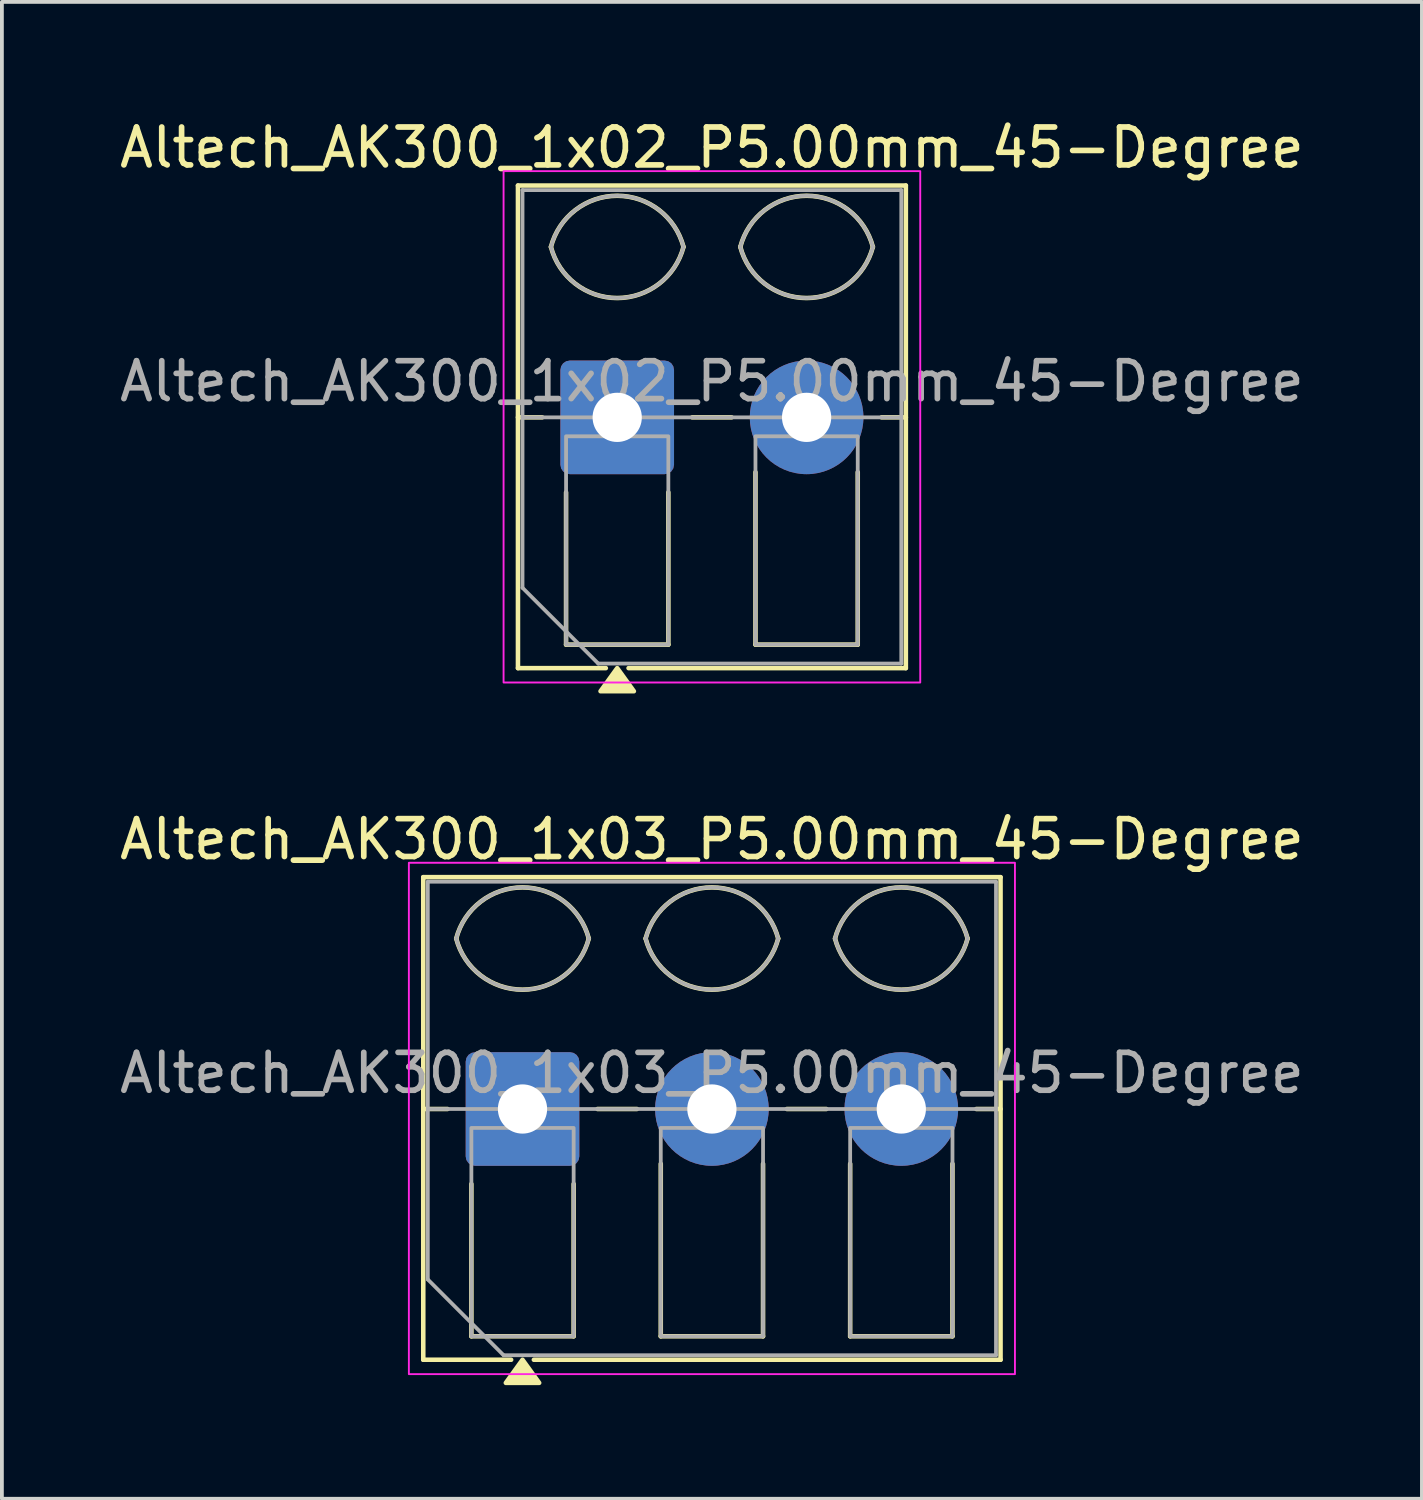
<source format=kicad_pcb>
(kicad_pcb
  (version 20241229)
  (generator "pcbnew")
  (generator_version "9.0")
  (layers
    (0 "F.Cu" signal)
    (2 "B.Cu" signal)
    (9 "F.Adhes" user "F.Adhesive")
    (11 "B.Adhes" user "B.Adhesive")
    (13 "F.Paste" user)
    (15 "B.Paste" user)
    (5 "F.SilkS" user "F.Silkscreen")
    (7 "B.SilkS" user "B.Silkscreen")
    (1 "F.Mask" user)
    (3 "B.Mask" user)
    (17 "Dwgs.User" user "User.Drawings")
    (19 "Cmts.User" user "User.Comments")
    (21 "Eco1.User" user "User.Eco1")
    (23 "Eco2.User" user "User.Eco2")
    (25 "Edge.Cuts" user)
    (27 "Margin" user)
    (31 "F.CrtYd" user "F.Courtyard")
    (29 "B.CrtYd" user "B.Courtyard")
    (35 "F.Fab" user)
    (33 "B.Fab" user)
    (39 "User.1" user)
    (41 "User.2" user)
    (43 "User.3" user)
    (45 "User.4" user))
  (footprint "Altech_AK300_1x02_P5.00mm_45-Degree"
    (layer "F.Cu")
    (at 13.244 7.968)
    (property "Reference" "Altech_AK300_1x02_P5.00mm_45-Degree" (at 2.5 -7.12 0) (layer "F.SilkS") (effects (font (size 1 1) (thickness 0.15))))
    (attr through_hole)
    (fp_line (start -2.62 -6.12) (end 7.62 -6.12) (stroke (width 0.12) (type solid)) (layer "F.SilkS"))
    (fp_line (start -2.62 0) (end -1.98 0) (stroke (width 0.12) (type solid)) (layer "F.SilkS"))
    (fp_line (start -2.62 6.62) (end -2.62 -6.12) (stroke (width 0.12) (type solid)) (layer "F.SilkS"))
    (fp_line (start -1.35 6) (end -1.35 1.98) (stroke (width 0.12) (type solid)) (layer "F.SilkS"))
    (fp_line (start -0.3 6.62) (end -2.62 6.62) (stroke (width 0.12) (type solid)) (layer "F.SilkS"))
    (fp_line (start 1.35 1.98) (end 1.35 6) (stroke (width 0.12) (type solid)) (layer "F.SilkS"))
    (fp_line (start 1.35 6) (end -1.35 6) (stroke (width 0.12) (type solid)) (layer "F.SilkS"))
    (fp_line (start 1.98 0) (end 3.02 0) (stroke (width 0.12) (type solid)) (layer "F.SilkS"))
    (fp_line (start 3.65 6) (end 3.65 1.448) (stroke (width 0.12) (type solid)) (layer "F.SilkS"))
    (fp_line (start 6.35 1.448) (end 6.35 6) (stroke (width 0.12) (type solid)) (layer "F.SilkS"))
    (fp_line (start 6.35 6) (end 3.65 6) (stroke (width 0.12) (type solid)) (layer "F.SilkS"))
    (fp_line (start 6.98 0) (end 7.62 0) (stroke (width 0.12) (type solid)) (layer "F.SilkS"))
    (fp_line (start 7.62 -6.12) (end 7.62 6.62) (stroke (width 0.12) (type solid)) (layer "F.SilkS"))
    (fp_line (start 7.62 6.62) (end 0.3 6.62) (stroke (width 0.12) (type solid)) (layer "F.SilkS"))
    (fp_arc (start -1.75 -4.5) (mid 0 -5.85) (end 1.75 -4.5) (stroke (width 0.12) (type solid)) (layer "F.SilkS"))
    (fp_arc (start 1.75 -4.5) (mid 0 -3.15) (end -1.75 -4.5) (stroke (width 0.12) (type solid)) (layer "F.SilkS"))
    (fp_arc (start 3.25 -4.5) (mid 5 -5.85) (end 6.75 -4.5) (stroke (width 0.12) (type solid)) (layer "F.SilkS"))
    (fp_arc (start 6.75 -4.5) (mid 5 -3.15) (end 3.25 -4.5) (stroke (width 0.12) (type solid)) (layer "F.SilkS"))
    (fp_poly (pts (xy 0 6.62) (xy 0.44 7.23) (xy -0.44 7.23)) (stroke (width 0.12) (type solid)) (fill yes) (layer "F.SilkS"))
    (fp_rect (start -3 -6.5) (end 8 7) (stroke (width 0.05) (type solid)) (fill no) (layer "F.CrtYd"))
    (fp_line (start -2.5 -6) (end 7.5 -6) (stroke (width 0.1) (type solid)) (layer "F.Fab"))
    (fp_line (start -2.5 0) (end 7.5 0) (stroke (width 0.1) (type solid)) (layer "F.Fab"))
    (fp_line (start -2.5 4.5) (end -2.5 -6) (stroke (width 0.1) (type solid)) (layer "F.Fab"))
    (fp_line (start -0.5 6.5) (end -2.5 4.5) (stroke (width 0.1) (type solid)) (layer "F.Fab"))
    (fp_line (start 7.5 -6) (end 7.5 6.5) (stroke (width 0.1) (type solid)) (layer "F.Fab"))
    (fp_line (start 7.5 6.5) (end -0.5 6.5) (stroke (width 0.1) (type solid)) (layer "F.Fab"))
    (fp_rect (start -1.35 0.5) (end 1.35 6) (stroke (width 0.1) (type solid)) (fill no) (layer "F.Fab"))
    (fp_rect (start 3.65 0.5) (end 6.35 6) (stroke (width 0.1) (type solid)) (fill no) (layer "F.Fab"))
    (fp_arc (start -1.75 -4.5) (mid 0 -5.85) (end 1.75 -4.5) (stroke (width 0.1) (type solid)) (layer "F.Fab"))
    (fp_arc (start 1.75 -4.5) (mid 0 -3.15) (end -1.75 -4.5) (stroke (width 0.1) (type solid)) (layer "F.Fab"))
    (fp_arc (start 3.25 -4.5) (mid 5 -5.85) (end 6.75 -4.5) (stroke (width 0.1) (type solid)) (layer "F.Fab"))
    (fp_arc (start 6.75 -4.5) (mid 5 -3.15) (end 3.25 -4.5) (stroke (width 0.1) (type solid)) (layer "F.Fab"))
    (fp_text user "${REFERENCE}" (at 2.5 -0.95 0) (layer "F.Fab") (effects (font (size 1 1) (thickness 0.15))))
    (pad "1" thru_hole roundrect (at 0 0) (size 3 3) (drill 1.3) (layers "*.Cu" "*.Mask") (roundrect_rratio 0.083))
    (pad "2" thru_hole circle (at 5 0) (size 3 3) (drill 1.3) (layers "*.Cu" "*.Mask")))
  (footprint "Altech_AK300_1x03_P5.00mm_45-Degree"
    (layer "F.Cu")
    (at 10.744 26.227)
    (property "Reference" "Altech_AK300_1x03_P5.00mm_45-Degree" (at 5 -7.12 0) (layer "F.SilkS") (effects (font (size 1 1) (thickness 0.15))))
    (attr through_hole)
    (fp_line (start -2.62 -6.12) (end 12.62 -6.12) (stroke (width 0.12) (type solid)) (layer "F.SilkS"))
    (fp_line (start -2.62 0) (end -1.98 0) (stroke (width 0.12) (type solid)) (layer "F.SilkS"))
    (fp_line (start -2.62 6.62) (end -2.62 -6.12) (stroke (width 0.12) (type solid)) (layer "F.SilkS"))
    (fp_line (start -1.35 6) (end -1.35 1.98) (stroke (width 0.12) (type solid)) (layer "F.SilkS"))
    (fp_line (start -0.3 6.62) (end -2.62 6.62) (stroke (width 0.12) (type solid)) (layer "F.SilkS"))
    (fp_line (start 1.35 1.98) (end 1.35 6) (stroke (width 0.12) (type solid)) (layer "F.SilkS"))
    (fp_line (start 1.35 6) (end -1.35 6) (stroke (width 0.12) (type solid)) (layer "F.SilkS"))
    (fp_line (start 1.98 0) (end 3.02 0) (stroke (width 0.12) (type solid)) (layer "F.SilkS"))
    (fp_line (start 3.65 6) (end 3.65 1.448) (stroke (width 0.12) (type solid)) (layer "F.SilkS"))
    (fp_line (start 6.35 1.448) (end 6.35 6) (stroke (width 0.12) (type solid)) (layer "F.SilkS"))
    (fp_line (start 6.35 6) (end 3.65 6) (stroke (width 0.12) (type solid)) (layer "F.SilkS"))
    (fp_line (start 6.98 0) (end 8.02 0) (stroke (width 0.12) (type solid)) (layer "F.SilkS"))
    (fp_line (start 8.65 6) (end 8.65 1.448) (stroke (width 0.12) (type solid)) (layer "F.SilkS"))
    (fp_line (start 11.35 1.448) (end 11.35 6) (stroke (width 0.12) (type solid)) (layer "F.SilkS"))
    (fp_line (start 11.35 6) (end 8.65 6) (stroke (width 0.12) (type solid)) (layer "F.SilkS"))
    (fp_line (start 11.98 0) (end 12.62 0) (stroke (width 0.12) (type solid)) (layer "F.SilkS"))
    (fp_line (start 12.62 -6.12) (end 12.62 6.62) (stroke (width 0.12) (type solid)) (layer "F.SilkS"))
    (fp_line (start 12.62 6.62) (end 0.3 6.62) (stroke (width 0.12) (type solid)) (layer "F.SilkS"))
    (fp_arc (start -1.75 -4.5) (mid 0 -5.85) (end 1.75 -4.5) (stroke (width 0.12) (type solid)) (layer "F.SilkS"))
    (fp_arc (start 1.75 -4.5) (mid 0 -3.15) (end -1.75 -4.5) (stroke (width 0.12) (type solid)) (layer "F.SilkS"))
    (fp_arc (start 3.25 -4.5) (mid 5 -5.85) (end 6.75 -4.5) (stroke (width 0.12) (type solid)) (layer "F.SilkS"))
    (fp_arc (start 6.75 -4.5) (mid 5 -3.15) (end 3.25 -4.5) (stroke (width 0.12) (type solid)) (layer "F.SilkS"))
    (fp_arc (start 8.25 -4.5) (mid 10 -5.85) (end 11.75 -4.5) (stroke (width 0.12) (type solid)) (layer "F.SilkS"))
    (fp_arc (start 11.75 -4.5) (mid 10 -3.15) (end 8.25 -4.5) (stroke (width 0.12) (type solid)) (layer "F.SilkS"))
    (fp_poly (pts (xy 0 6.62) (xy 0.44 7.23) (xy -0.44 7.23)) (stroke (width 0.12) (type solid)) (fill yes) (layer "F.SilkS"))
    (fp_rect (start -3 -6.5) (end 13 7) (stroke (width 0.05) (type solid)) (fill no) (layer "F.CrtYd"))
    (fp_line (start -2.5 -6) (end 12.5 -6) (stroke (width 0.1) (type solid)) (layer "F.Fab"))
    (fp_line (start -2.5 0) (end 12.5 0) (stroke (width 0.1) (type solid)) (layer "F.Fab"))
    (fp_line (start -2.5 4.5) (end -2.5 -6) (stroke (width 0.1) (type solid)) (layer "F.Fab"))
    (fp_line (start -0.5 6.5) (end -2.5 4.5) (stroke (width 0.1) (type solid)) (layer "F.Fab"))
    (fp_line (start 12.5 -6) (end 12.5 6.5) (stroke (width 0.1) (type solid)) (layer "F.Fab"))
    (fp_line (start 12.5 6.5) (end -0.5 6.5) (stroke (width 0.1) (type solid)) (layer "F.Fab"))
    (fp_rect (start -1.35 0.5) (end 1.35 6) (stroke (width 0.1) (type solid)) (fill no) (layer "F.Fab"))
    (fp_rect (start 3.65 0.5) (end 6.35 6) (stroke (width 0.1) (type solid)) (fill no) (layer "F.Fab"))
    (fp_rect (start 8.65 0.5) (end 11.351 6) (stroke (width 0.1) (type solid)) (fill no) (layer "F.Fab"))
    (fp_arc (start -1.75 -4.5) (mid 0 -5.85) (end 1.75 -4.5) (stroke (width 0.1) (type solid)) (layer "F.Fab"))
    (fp_arc (start 1.75 -4.5) (mid 0 -3.15) (end -1.75 -4.5) (stroke (width 0.1) (type solid)) (layer "F.Fab"))
    (fp_arc (start 3.25 -4.5) (mid 5 -5.85) (end 6.75 -4.5) (stroke (width 0.1) (type solid)) (layer "F.Fab"))
    (fp_arc (start 6.75 -4.5) (mid 5 -3.15) (end 3.25 -4.5) (stroke (width 0.1) (type solid)) (layer "F.Fab"))
    (fp_arc (start 8.25 -4.5) (mid 10 -5.85) (end 11.75 -4.5) (stroke (width 0.1) (type solid)) (layer "F.Fab"))
    (fp_arc (start 11.75 -4.5) (mid 10 -3.15) (end 8.25 -4.5) (stroke (width 0.1) (type solid)) (layer "F.Fab"))
    (fp_text user "${REFERENCE}" (at 5 -0.95 0) (layer "F.Fab") (effects (font (size 1 1) (thickness 0.15))))
    (pad "1" thru_hole roundrect (at 0 0) (size 3 3) (drill 1.3) (layers "*.Cu" "*.Mask") (roundrect_rratio 0.083))
    (pad "2" thru_hole circle (at 5 0) (size 3 3) (drill 1.3) (layers "*.Cu" "*.Mask"))
    (pad "3" thru_hole circle (at 10 0) (size 3 3) (drill 1.3) (layers "*.Cu" "*.Mask")))
  (gr_rect
    (start -3 -3)
    (end 34.488 36.517)
    (stroke (width 0.1) (type default))
    (fill no)
    (layer "Edge.Cuts")))
</source>
